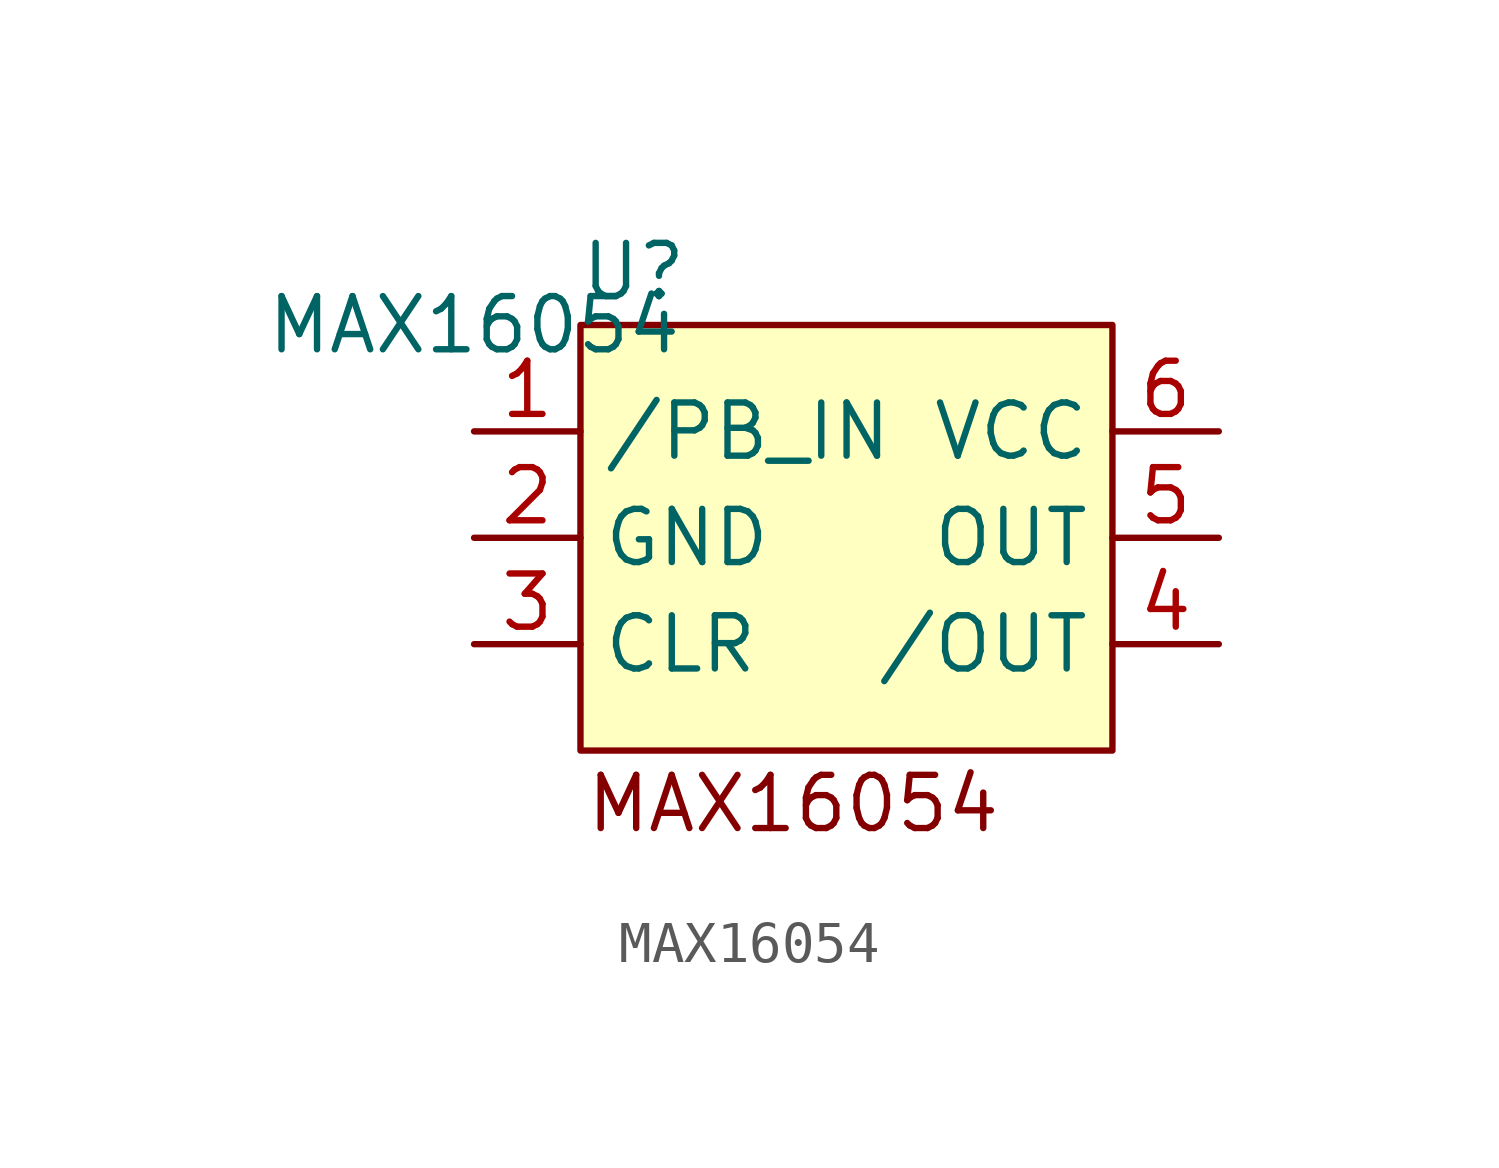
<source format=kicad_sym>
(kicad_symbol_lib
  (version 20220914)
  (generator kicad_symbol_editor)
  (symbol "MAX16054"
    (property "Reference" "U"
      (at 3.81 1.27 0)
      (effects (font (size 1.27 1.27))))
    (property "Value" "MAX16054"
      (at 0 0 0)
      (effects (font (size 1.27 1.27))))
    (symbol "MAX16054_1_1"
      (rectangle (start 2.54 0) (end 15.24 -10.16) (stroke (width 0) (type default)) (fill (type background)))
      (text "MAX16054" (at 7.62 -11.43 0) (effects (font (size 1.27 1.27))))
      (pin passive line (at 0 -2.54 0) (length 2.54) (name "/PB_IN" (effects (font (size 1.27 1.27)))) (number "1" (effects (font (size 1.27 1.27)))))
      (pin power_in line (at 0 -5.08 0) (length 2.54) (name "GND" (effects (font (size 1.27 1.27)))) (number "2" (effects (font (size 1.27 1.27)))))
      (pin input line (at 0 -7.62 0) (length 2.54) (name "CLR" (effects (font (size 1.27 1.27)))) (number "3" (effects (font (size 1.27 1.27)))))
      (pin output line (at 17.78 -7.62 180) (length 2.54) (name "/OUT" (effects (font (size 1.27 1.27)))) (number "4" (effects (font (size 1.27 1.27)))))
      (pin output line (at 17.78 -5.08 180) (length 2.54) (name "OUT" (effects (font (size 1.27 1.27)))) (number "5" (effects (font (size 1.27 1.27)))))
      (pin power_in line (at 17.78 -2.54 180) (length 2.54) (name "VCC" (effects (font (size 1.27 1.27)))) (number "6" (effects (font (size 1.27 1.27))))))))
</source>
